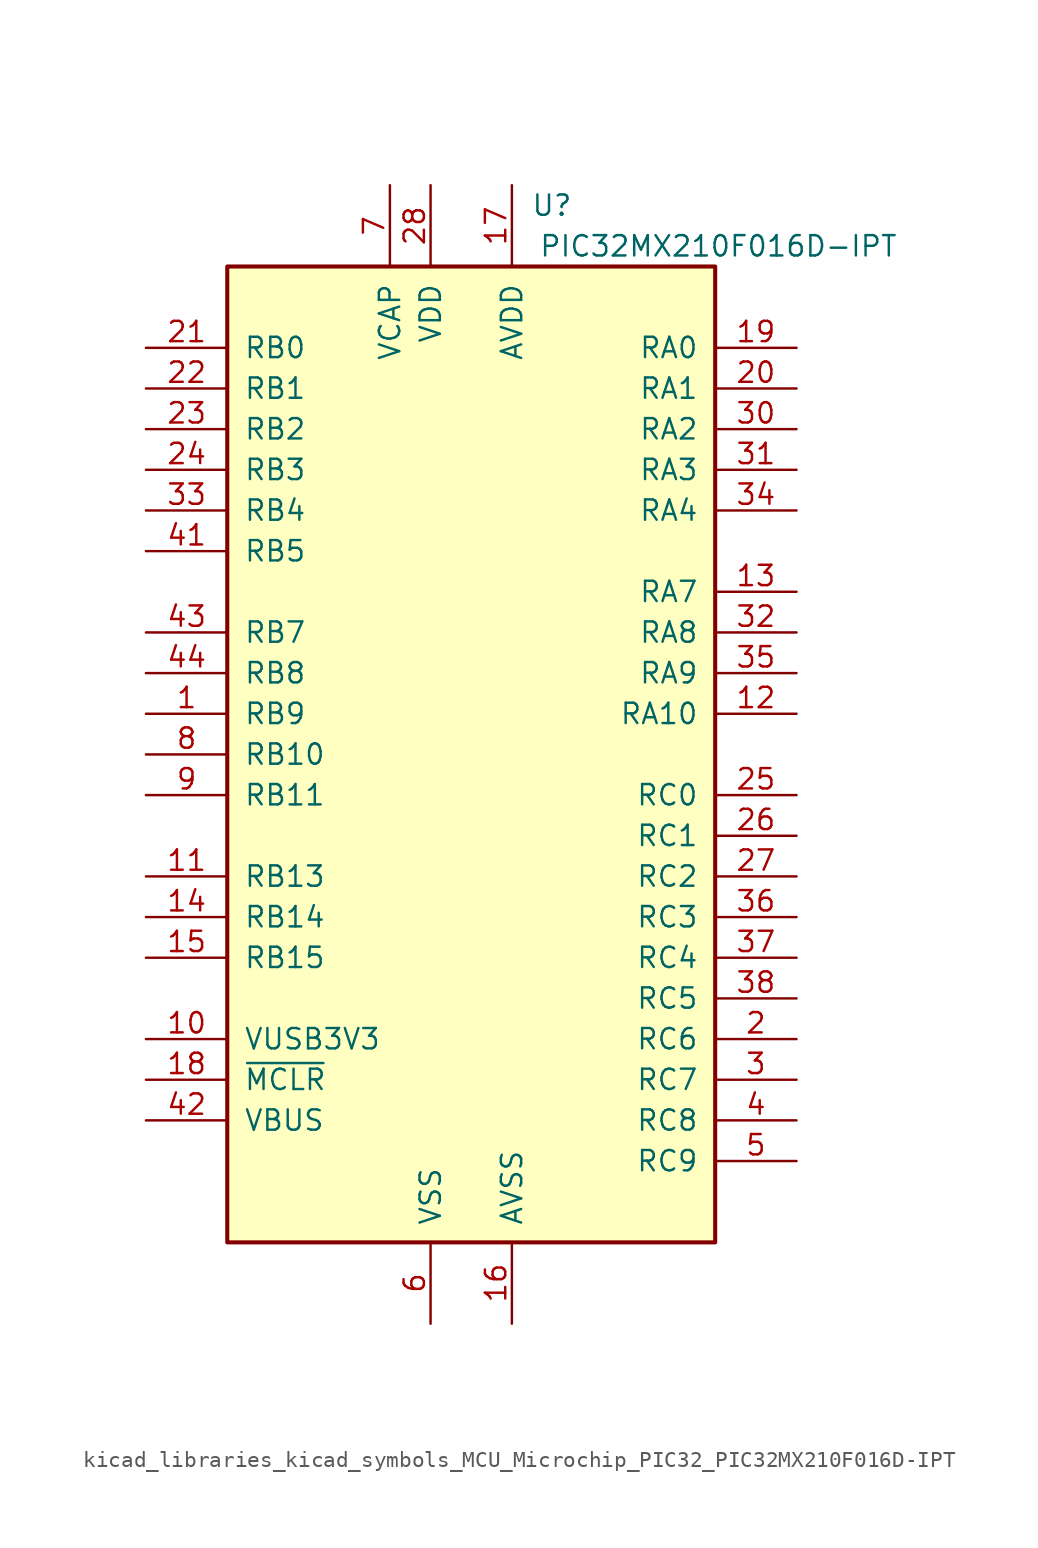
<source format=kicad_sym>
(kicad_symbol_lib
  (version 20220914)
  (generator kicad_symbol_editor)
  (symbol "kicad_libraries_kicad_symbols_MCU_Microchip_PIC32_PIC32MX210F016D-IPT"
    (pin_names
      (offset 1.016))
    (property "Reference" "U"
      (at 6.35 34.29 0)
      (effects (font (size 1.27 1.27)) (justify right)))
    (property "Value" "PIC32MX210F016D-IPT"
      (at 26.67 31.75 0)
      (effects (font (size 1.27 1.27)) (justify right)))
    (symbol "kicad_libraries_kicad_symbols_MCU_Microchip_PIC32_PIC32MX210F016D-IPT_0_1"
      (rectangle (start -15.24 30.48) (end 15.24 -30.48) (stroke (width 0.254) (type default)) (fill (type background))))
    (symbol "kicad_libraries_kicad_symbols_MCU_Microchip_PIC32_PIC32MX210F016D-IPT_1_1"
      (pin bidirectional line (at -20.32 2.54 0) (length 5.08) (name "RB9" (effects (font (size 1.27 1.27)))) (number "1" (effects (font (size 1.27 1.27)))))
      (pin bidirectional line (at -20.32 -17.78 0) (length 5.08) (name "VUSB3V3" (effects (font (size 1.27 1.27)))) (number "10" (effects (font (size 1.27 1.27)))))
      (pin bidirectional line (at -20.32 -7.62 0) (length 5.08) (name "RB13" (effects (font (size 1.27 1.27)))) (number "11" (effects (font (size 1.27 1.27)))))
      (pin bidirectional line (at 20.32 2.54 180) (length 5.08) (name "RA10" (effects (font (size 1.27 1.27)))) (number "12" (effects (font (size 1.27 1.27)))))
      (pin bidirectional line (at 20.32 10.16 180) (length 5.08) (name "RA7" (effects (font (size 1.27 1.27)))) (number "13" (effects (font (size 1.27 1.27)))))
      (pin bidirectional line (at -20.32 -10.16 0) (length 5.08) (name "RB14" (effects (font (size 1.27 1.27)))) (number "14" (effects (font (size 1.27 1.27)))))
      (pin bidirectional line (at -20.32 -12.7 0) (length 5.08) (name "RB15" (effects (font (size 1.27 1.27)))) (number "15" (effects (font (size 1.27 1.27)))))
      (pin power_in line (at 2.54 -35.56 90) (length 5.08) (name "AVSS" (effects (font (size 1.27 1.27)))) (number "16" (effects (font (size 1.27 1.27)))))
      (pin power_in line (at 2.54 35.56 270) (length 5.08) (name "AVDD" (effects (font (size 1.27 1.27)))) (number "17" (effects (font (size 1.27 1.27)))))
      (pin input line (at -20.32 -20.32 0) (length 5.08) (name "~{MCLR}" (effects (font (size 1.27 1.27)))) (number "18" (effects (font (size 1.27 1.27)))))
      (pin input line (at 20.32 25.4 180) (length 5.08) (name "RA0" (effects (font (size 1.27 1.27)))) (number "19" (effects (font (size 1.27 1.27)))))
      (pin bidirectional line (at 20.32 -17.78 180) (length 5.08) (name "RC6" (effects (font (size 1.27 1.27)))) (number "2" (effects (font (size 1.27 1.27)))))
      (pin input line (at 20.32 22.86 180) (length 5.08) (name "RA1" (effects (font (size 1.27 1.27)))) (number "20" (effects (font (size 1.27 1.27)))))
      (pin input line (at -20.32 25.4 0) (length 5.08) (name "RB0" (effects (font (size 1.27 1.27)))) (number "21" (effects (font (size 1.27 1.27)))))
      (pin input line (at -20.32 22.86 0) (length 5.08) (name "RB1" (effects (font (size 1.27 1.27)))) (number "22" (effects (font (size 1.27 1.27)))))
      (pin input line (at -20.32 20.32 0) (length 5.08) (name "RB2" (effects (font (size 1.27 1.27)))) (number "23" (effects (font (size 1.27 1.27)))))
      (pin input line (at -20.32 17.78 0) (length 5.08) (name "RB3" (effects (font (size 1.27 1.27)))) (number "24" (effects (font (size 1.27 1.27)))))
      (pin input line (at 20.32 -2.54 180) (length 5.08) (name "RC0" (effects (font (size 1.27 1.27)))) (number "25" (effects (font (size 1.27 1.27)))))
      (pin input line (at 20.32 -5.08 180) (length 5.08) (name "RC1" (effects (font (size 1.27 1.27)))) (number "26" (effects (font (size 1.27 1.27)))))
      (pin input line (at 20.32 -7.62 180) (length 5.08) (name "RC2" (effects (font (size 1.27 1.27)))) (number "27" (effects (font (size 1.27 1.27)))))
      (pin power_in line (at -2.54 35.56 270) (length 5.08) (name "VDD" (effects (font (size 1.27 1.27)))) (number "28" (effects (font (size 1.27 1.27)))))
      (pin passive line (at -2.54 -35.56 90) (length 5.08) hide (name "VSS" (effects (font (size 1.27 1.27)))) (number "29" (effects (font (size 1.27 1.27)))))
      (pin bidirectional line (at 20.32 -20.32 180) (length 5.08) (name "RC7" (effects (font (size 1.27 1.27)))) (number "3" (effects (font (size 1.27 1.27)))))
      (pin input line (at 20.32 20.32 180) (length 5.08) (name "RA2" (effects (font (size 1.27 1.27)))) (number "30" (effects (font (size 1.27 1.27)))))
      (pin input line (at 20.32 17.78 180) (length 5.08) (name "RA3" (effects (font (size 1.27 1.27)))) (number "31" (effects (font (size 1.27 1.27)))))
      (pin input line (at 20.32 7.62 180) (length 5.08) (name "RA8" (effects (font (size 1.27 1.27)))) (number "32" (effects (font (size 1.27 1.27)))))
      (pin input line (at -20.32 15.24 0) (length 5.08) (name "RB4" (effects (font (size 1.27 1.27)))) (number "33" (effects (font (size 1.27 1.27)))))
      (pin input line (at 20.32 15.24 180) (length 5.08) (name "RA4" (effects (font (size 1.27 1.27)))) (number "34" (effects (font (size 1.27 1.27)))))
      (pin input line (at 20.32 5.08 180) (length 5.08) (name "RA9" (effects (font (size 1.27 1.27)))) (number "35" (effects (font (size 1.27 1.27)))))
      (pin input line (at 20.32 -10.16 180) (length 5.08) (name "RC3" (effects (font (size 1.27 1.27)))) (number "36" (effects (font (size 1.27 1.27)))))
      (pin input line (at 20.32 -12.7 180) (length 5.08) (name "RC4" (effects (font (size 1.27 1.27)))) (number "37" (effects (font (size 1.27 1.27)))))
      (pin input line (at 20.32 -15.24 180) (length 5.08) (name "RC5" (effects (font (size 1.27 1.27)))) (number "38" (effects (font (size 1.27 1.27)))))
      (pin passive line (at -2.54 -35.56 90) (length 5.08) hide (name "VSS" (effects (font (size 1.27 1.27)))) (number "39" (effects (font (size 1.27 1.27)))))
      (pin bidirectional line (at 20.32 -22.86 180) (length 5.08) (name "RC8" (effects (font (size 1.27 1.27)))) (number "4" (effects (font (size 1.27 1.27)))))
      (pin passive line (at -2.54 35.56 270) (length 5.08) hide (name "VDD" (effects (font (size 1.27 1.27)))) (number "40" (effects (font (size 1.27 1.27)))))
      (pin input line (at -20.32 12.7 0) (length 5.08) (name "RB5" (effects (font (size 1.27 1.27)))) (number "41" (effects (font (size 1.27 1.27)))))
      (pin input line (at -20.32 -22.86 0) (length 5.08) (name "VBUS" (effects (font (size 1.27 1.27)))) (number "42" (effects (font (size 1.27 1.27)))))
      (pin input line (at -20.32 7.62 0) (length 5.08) (name "RB7" (effects (font (size 1.27 1.27)))) (number "43" (effects (font (size 1.27 1.27)))))
      (pin input line (at -20.32 5.08 0) (length 5.08) (name "RB8" (effects (font (size 1.27 1.27)))) (number "44" (effects (font (size 1.27 1.27)))))
      (pin bidirectional line (at 20.32 -25.4 180) (length 5.08) (name "RC9" (effects (font (size 1.27 1.27)))) (number "5" (effects (font (size 1.27 1.27)))))
      (pin power_in line (at -2.54 -35.56 90) (length 5.08) (name "VSS" (effects (font (size 1.27 1.27)))) (number "6" (effects (font (size 1.27 1.27)))))
      (pin power_in line (at -5.08 35.56 270) (length 5.08) (name "VCAP" (effects (font (size 1.27 1.27)))) (number "7" (effects (font (size 1.27 1.27)))))
      (pin bidirectional line (at -20.32 0 0) (length 5.08) (name "RB10" (effects (font (size 1.27 1.27)))) (number "8" (effects (font (size 1.27 1.27)))))
      (pin bidirectional line (at -20.32 -2.54 0) (length 5.08) (name "RB11" (effects (font (size 1.27 1.27)))) (number "9" (effects (font (size 1.27 1.27))))))))
</source>
